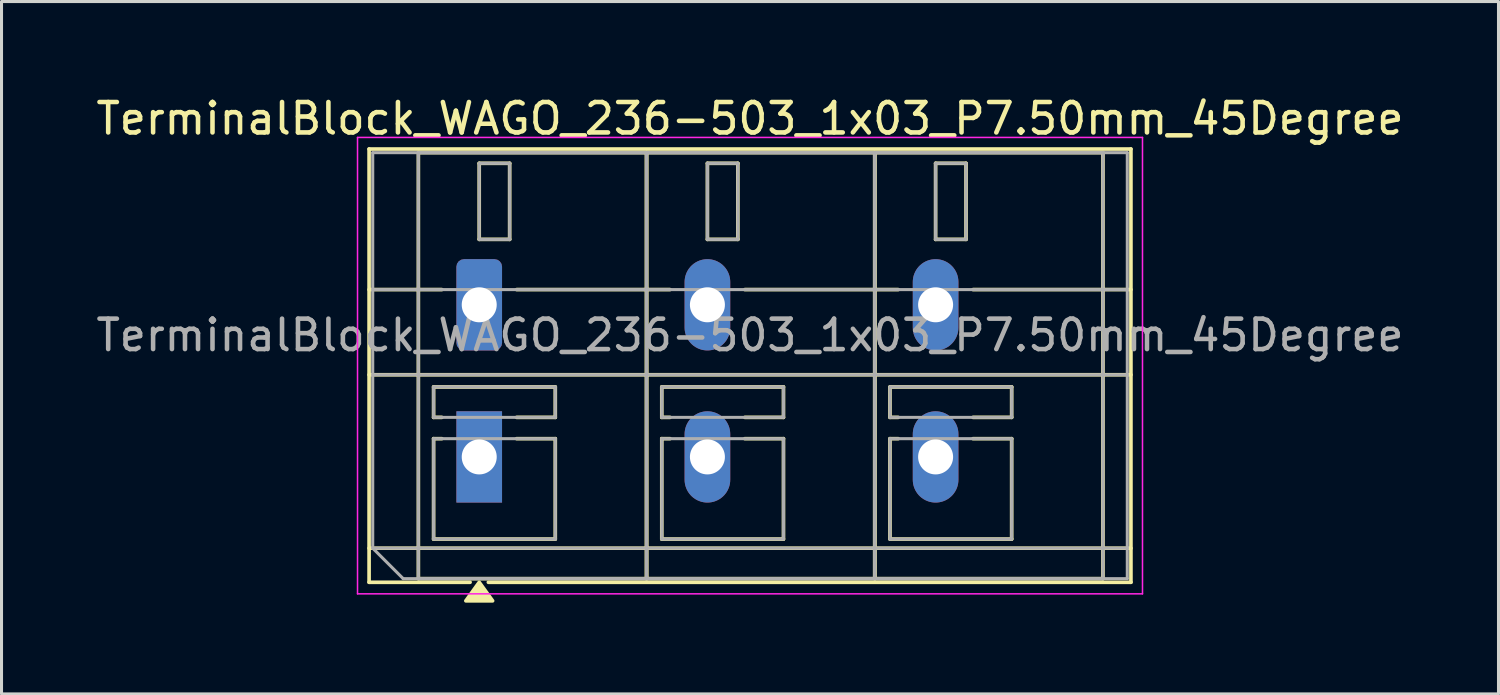
<source format=kicad_pcb>
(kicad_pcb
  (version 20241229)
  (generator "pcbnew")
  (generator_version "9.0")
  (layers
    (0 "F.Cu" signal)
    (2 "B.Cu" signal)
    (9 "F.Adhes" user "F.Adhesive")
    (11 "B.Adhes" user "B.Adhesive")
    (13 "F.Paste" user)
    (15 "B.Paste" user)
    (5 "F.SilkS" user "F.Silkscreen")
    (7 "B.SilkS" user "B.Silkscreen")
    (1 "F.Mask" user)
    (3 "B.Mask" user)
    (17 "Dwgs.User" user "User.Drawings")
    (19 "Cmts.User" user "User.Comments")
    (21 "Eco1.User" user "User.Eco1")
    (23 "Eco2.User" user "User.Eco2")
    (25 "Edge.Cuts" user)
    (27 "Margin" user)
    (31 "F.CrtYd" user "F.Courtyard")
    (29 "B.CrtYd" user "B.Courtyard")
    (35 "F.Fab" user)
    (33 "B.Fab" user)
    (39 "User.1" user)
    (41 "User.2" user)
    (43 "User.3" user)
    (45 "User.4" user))
  (footprint "TerminalBlock_WAGO_236-503_1x03_P7.50mm_45Degree"
    (layer "F.Cu")
    (at 12.701 6.968)
    (property "Reference" "TerminalBlock_WAGO_236-503_1x03_P7.50mm_45Degree" (at 8.9 -6.12 0) (layer "F.SilkS") (effects (font (size 1 1) (thickness 0.15))))
    (attr through_hole)
    (fp_line (start -3.62 -5.12) (end 21.42 -5.12) (stroke (width 0.12) (type solid)) (layer "F.SilkS"))
    (fp_line (start -3.62 -0.5) (end -1.23 -0.5) (stroke (width 0.12) (type solid)) (layer "F.SilkS"))
    (fp_line (start -3.62 2.3) (end 21.42 2.3) (stroke (width 0.12) (type solid)) (layer "F.SilkS"))
    (fp_line (start -3.62 8) (end 21.42 8) (stroke (width 0.12) (type solid)) (layer "F.SilkS"))
    (fp_line (start -3.62 9.12) (end -3.62 -5.12) (stroke (width 0.12) (type solid)) (layer "F.SilkS"))
    (fp_line (start -2 -5) (end 5.5 -5) (stroke (width 0.12) (type solid)) (layer "F.SilkS"))
    (fp_line (start -2 9) (end -2 -5) (stroke (width 0.12) (type solid)) (layer "F.SilkS"))
    (fp_line (start -1.5 2.7) (end 2.5 2.7) (stroke (width 0.12) (type solid)) (layer "F.SilkS"))
    (fp_line (start -1.5 3.7) (end -1.5 2.7) (stroke (width 0.12) (type solid)) (layer "F.SilkS"))
    (fp_line (start -1.5 4.4) (end -1.23 4.4) (stroke (width 0.12) (type solid)) (layer "F.SilkS"))
    (fp_line (start -1.5 7.7) (end -1.5 4.4) (stroke (width 0.12) (type solid)) (layer "F.SilkS"))
    (fp_line (start -1.23 3.7) (end -1.5 3.7) (stroke (width 0.12) (type solid)) (layer "F.SilkS"))
    (fp_line (start -0.3 9.12) (end -3.62 9.12) (stroke (width 0.12) (type solid)) (layer "F.SilkS"))
    (fp_line (start 0 -4.65) (end 1 -4.65) (stroke (width 0.12) (type solid)) (layer "F.SilkS"))
    (fp_line (start 0 -2.15) (end 0 -4.65) (stroke (width 0.12) (type solid)) (layer "F.SilkS"))
    (fp_line (start 1 -4.65) (end 1 -2.15) (stroke (width 0.12) (type solid)) (layer "F.SilkS"))
    (fp_line (start 1 -2.15) (end 0 -2.15) (stroke (width 0.12) (type solid)) (layer "F.SilkS"))
    (fp_line (start 1.23 -0.5) (end 6.27 -0.5) (stroke (width 0.12) (type solid)) (layer "F.SilkS"))
    (fp_line (start 1.23 4.4) (end 2.5 4.4) (stroke (width 0.12) (type solid)) (layer "F.SilkS"))
    (fp_line (start 2.5 2.7) (end 2.5 3.7) (stroke (width 0.12) (type solid)) (layer "F.SilkS"))
    (fp_line (start 2.5 3.7) (end 1.23 3.7) (stroke (width 0.12) (type solid)) (layer "F.SilkS"))
    (fp_line (start 2.5 4.4) (end 2.5 7.7) (stroke (width 0.12) (type solid)) (layer "F.SilkS"))
    (fp_line (start 2.5 7.7) (end -1.5 7.7) (stroke (width 0.12) (type solid)) (layer "F.SilkS"))
    (fp_line (start 5.5 -5) (end 5.5 9) (stroke (width 0.12) (type solid)) (layer "F.SilkS"))
    (fp_line (start 5.5 -5) (end 13 -5) (stroke (width 0.12) (type solid)) (layer "F.SilkS"))
    (fp_line (start 5.5 9) (end -2 9) (stroke (width 0.12) (type solid)) (layer "F.SilkS"))
    (fp_line (start 5.5 9) (end 5.5 -5) (stroke (width 0.12) (type solid)) (layer "F.SilkS"))
    (fp_line (start 6 2.7) (end 10 2.7) (stroke (width 0.12) (type solid)) (layer "F.SilkS"))
    (fp_line (start 6 3.7) (end 6 2.7) (stroke (width 0.12) (type solid)) (layer "F.SilkS"))
    (fp_line (start 6 4.4) (end 6.27 4.4) (stroke (width 0.12) (type solid)) (layer "F.SilkS"))
    (fp_line (start 6 7.7) (end 6 4.4) (stroke (width 0.12) (type solid)) (layer "F.SilkS"))
    (fp_line (start 6.27 3.7) (end 6 3.7) (stroke (width 0.12) (type solid)) (layer "F.SilkS"))
    (fp_line (start 7.5 -4.65) (end 8.5 -4.65) (stroke (width 0.12) (type solid)) (layer "F.SilkS"))
    (fp_line (start 7.5 -2.15) (end 7.5 -4.65) (stroke (width 0.12) (type solid)) (layer "F.SilkS"))
    (fp_line (start 8.5 -4.65) (end 8.5 -2.15) (stroke (width 0.12) (type solid)) (layer "F.SilkS"))
    (fp_line (start 8.5 -2.15) (end 7.5 -2.15) (stroke (width 0.12) (type solid)) (layer "F.SilkS"))
    (fp_line (start 8.73 -0.5) (end 13.77 -0.5) (stroke (width 0.12) (type solid)) (layer "F.SilkS"))
    (fp_line (start 8.73 4.4) (end 10 4.4) (stroke (width 0.12) (type solid)) (layer "F.SilkS"))
    (fp_line (start 10 2.7) (end 10 3.7) (stroke (width 0.12) (type solid)) (layer "F.SilkS"))
    (fp_line (start 10 3.7) (end 8.73 3.7) (stroke (width 0.12) (type solid)) (layer "F.SilkS"))
    (fp_line (start 10 4.4) (end 10 7.7) (stroke (width 0.12) (type solid)) (layer "F.SilkS"))
    (fp_line (start 10 7.7) (end 6 7.7) (stroke (width 0.12) (type solid)) (layer "F.SilkS"))
    (fp_line (start 13 -5) (end 13 9) (stroke (width 0.12) (type solid)) (layer "F.SilkS"))
    (fp_line (start 13 -5) (end 20.5 -5) (stroke (width 0.12) (type solid)) (layer "F.SilkS"))
    (fp_line (start 13 9) (end 5.5 9) (stroke (width 0.12) (type solid)) (layer "F.SilkS"))
    (fp_line (start 13 9) (end 13 -5) (stroke (width 0.12) (type solid)) (layer "F.SilkS"))
    (fp_line (start 13.5 2.7) (end 17.5 2.7) (stroke (width 0.12) (type solid)) (layer "F.SilkS"))
    (fp_line (start 13.5 3.7) (end 13.5 2.7) (stroke (width 0.12) (type solid)) (layer "F.SilkS"))
    (fp_line (start 13.5 4.4) (end 13.77 4.4) (stroke (width 0.12) (type solid)) (layer "F.SilkS"))
    (fp_line (start 13.5 7.7) (end 13.5 4.4) (stroke (width 0.12) (type solid)) (layer "F.SilkS"))
    (fp_line (start 13.77 3.7) (end 13.5 3.7) (stroke (width 0.12) (type solid)) (layer "F.SilkS"))
    (fp_line (start 15 -4.65) (end 16 -4.65) (stroke (width 0.12) (type solid)) (layer "F.SilkS"))
    (fp_line (start 15 -2.15) (end 15 -4.65) (stroke (width 0.12) (type solid)) (layer "F.SilkS"))
    (fp_line (start 16 -4.65) (end 16 -2.15) (stroke (width 0.12) (type solid)) (layer "F.SilkS"))
    (fp_line (start 16 -2.15) (end 15 -2.15) (stroke (width 0.12) (type solid)) (layer "F.SilkS"))
    (fp_line (start 16.23 -0.5) (end 21.42 -0.5) (stroke (width 0.12) (type solid)) (layer "F.SilkS"))
    (fp_line (start 16.23 4.4) (end 17.5 4.4) (stroke (width 0.12) (type solid)) (layer "F.SilkS"))
    (fp_line (start 17.5 2.7) (end 17.5 3.7) (stroke (width 0.12) (type solid)) (layer "F.SilkS"))
    (fp_line (start 17.5 3.7) (end 16.23 3.7) (stroke (width 0.12) (type solid)) (layer "F.SilkS"))
    (fp_line (start 17.5 4.4) (end 17.5 7.7) (stroke (width 0.12) (type solid)) (layer "F.SilkS"))
    (fp_line (start 17.5 7.7) (end 13.5 7.7) (stroke (width 0.12) (type solid)) (layer "F.SilkS"))
    (fp_line (start 20.5 -5) (end 20.5 9) (stroke (width 0.12) (type solid)) (layer "F.SilkS"))
    (fp_line (start 20.5 9) (end 13 9) (stroke (width 0.12) (type solid)) (layer "F.SilkS"))
    (fp_line (start 21.42 -5.12) (end 21.42 9.12) (stroke (width 0.12) (type solid)) (layer "F.SilkS"))
    (fp_line (start 21.42 9.12) (end 0.3 9.12) (stroke (width 0.12) (type solid)) (layer "F.SilkS"))
    (fp_poly (pts (xy 0 9.12) (xy 0.44 9.73) (xy -0.44 9.73)) (stroke (width 0.12) (type solid)) (fill yes) (layer "F.SilkS"))
    (fp_line (start -4 -5.5) (end -4 9.5) (stroke (width 0.05) (type solid)) (layer "F.CrtYd"))
    (fp_line (start -4 9.5) (end 21.8 9.5) (stroke (width 0.05) (type solid)) (layer "F.CrtYd"))
    (fp_line (start 21.8 -5.5) (end -4 -5.5) (stroke (width 0.05) (type solid)) (layer "F.CrtYd"))
    (fp_line (start 21.8 9.5) (end 21.8 -5.5) (stroke (width 0.05) (type solid)) (layer "F.CrtYd"))
    (fp_line (start -3.5 -5) (end 21.3 -5) (stroke (width 0.1) (type solid)) (layer "F.Fab"))
    (fp_line (start -3.5 -0.5) (end 21.3 -0.5) (stroke (width 0.1) (type solid)) (layer "F.Fab"))
    (fp_line (start -3.5 2.3) (end 21.3 2.3) (stroke (width 0.1) (type solid)) (layer "F.Fab"))
    (fp_line (start -3.5 8) (end -3.5 -5) (stroke (width 0.1) (type solid)) (layer "F.Fab"))
    (fp_line (start -3.5 8) (end 21.3 8) (stroke (width 0.1) (type solid)) (layer "F.Fab"))
    (fp_line (start -2.5 9) (end -3.5 8) (stroke (width 0.1) (type solid)) (layer "F.Fab"))
    (fp_line (start -2 -5) (end -2 9) (stroke (width 0.1) (type solid)) (layer "F.Fab"))
    (fp_line (start -2 9) (end 5.5 9) (stroke (width 0.1) (type solid)) (layer "F.Fab"))
    (fp_line (start -1.5 2.7) (end -1.5 3.7) (stroke (width 0.1) (type solid)) (layer "F.Fab"))
    (fp_line (start -1.5 3.7) (end 2.5 3.7) (stroke (width 0.1) (type solid)) (layer "F.Fab"))
    (fp_line (start -1.5 4.4) (end -1.5 7.7) (stroke (width 0.1) (type solid)) (layer "F.Fab"))
    (fp_line (start -1.5 7.7) (end 2.5 7.7) (stroke (width 0.1) (type solid)) (layer "F.Fab"))
    (fp_line (start 0 -4.65) (end 0 -2.15) (stroke (width 0.1) (type solid)) (layer "F.Fab"))
    (fp_line (start 0 -2.15) (end 1 -2.15) (stroke (width 0.1) (type solid)) (layer "F.Fab"))
    (fp_line (start 1 -4.65) (end 0 -4.65) (stroke (width 0.1) (type solid)) (layer "F.Fab"))
    (fp_line (start 1 -2.15) (end 1 -4.65) (stroke (width 0.1) (type solid)) (layer "F.Fab"))
    (fp_line (start 2.5 2.7) (end -1.5 2.7) (stroke (width 0.1) (type solid)) (layer "F.Fab"))
    (fp_line (start 2.5 3.7) (end 2.5 2.7) (stroke (width 0.1) (type solid)) (layer "F.Fab"))
    (fp_line (start 2.5 4.4) (end -1.5 4.4) (stroke (width 0.1) (type solid)) (layer "F.Fab"))
    (fp_line (start 2.5 7.7) (end 2.5 4.4) (stroke (width 0.1) (type solid)) (layer "F.Fab"))
    (fp_line (start 5.5 -5) (end -2 -5) (stroke (width 0.1) (type solid)) (layer "F.Fab"))
    (fp_line (start 5.5 -5) (end 5.5 9) (stroke (width 0.1) (type solid)) (layer "F.Fab"))
    (fp_line (start 5.5 9) (end 5.5 -5) (stroke (width 0.1) (type solid)) (layer "F.Fab"))
    (fp_line (start 5.5 9) (end 13 9) (stroke (width 0.1) (type solid)) (layer "F.Fab"))
    (fp_line (start 6 2.7) (end 6 3.7) (stroke (width 0.1) (type solid)) (layer "F.Fab"))
    (fp_line (start 6 3.7) (end 10 3.7) (stroke (width 0.1) (type solid)) (layer "F.Fab"))
    (fp_line (start 6 4.4) (end 6 7.7) (stroke (width 0.1) (type solid)) (layer "F.Fab"))
    (fp_line (start 6 7.7) (end 10 7.7) (stroke (width 0.1) (type solid)) (layer "F.Fab"))
    (fp_line (start 7.5 -4.65) (end 7.5 -2.15) (stroke (width 0.1) (type solid)) (layer "F.Fab"))
    (fp_line (start 7.5 -2.15) (end 8.5 -2.15) (stroke (width 0.1) (type solid)) (layer "F.Fab"))
    (fp_line (start 8.5 -4.65) (end 7.5 -4.65) (stroke (width 0.1) (type solid)) (layer "F.Fab"))
    (fp_line (start 8.5 -2.15) (end 8.5 -4.65) (stroke (width 0.1) (type solid)) (layer "F.Fab"))
    (fp_line (start 10 2.7) (end 6 2.7) (stroke (width 0.1) (type solid)) (layer "F.Fab"))
    (fp_line (start 10 3.7) (end 10 2.7) (stroke (width 0.1) (type solid)) (layer "F.Fab"))
    (fp_line (start 10 4.4) (end 6 4.4) (stroke (width 0.1) (type solid)) (layer "F.Fab"))
    (fp_line (start 10 7.7) (end 10 4.4) (stroke (width 0.1) (type solid)) (layer "F.Fab"))
    (fp_line (start 13 -5) (end 5.5 -5) (stroke (width 0.1) (type solid)) (layer "F.Fab"))
    (fp_line (start 13 -5) (end 13 9) (stroke (width 0.1) (type solid)) (layer "F.Fab"))
    (fp_line (start 13 9) (end 13 -5) (stroke (width 0.1) (type solid)) (layer "F.Fab"))
    (fp_line (start 13 9) (end 20.5 9) (stroke (width 0.1) (type solid)) (layer "F.Fab"))
    (fp_line (start 13.5 2.7) (end 13.5 3.7) (stroke (width 0.1) (type solid)) (layer "F.Fab"))
    (fp_line (start 13.5 3.7) (end 17.5 3.7) (stroke (width 0.1) (type solid)) (layer "F.Fab"))
    (fp_line (start 13.5 4.4) (end 13.5 7.7) (stroke (width 0.1) (type solid)) (layer "F.Fab"))
    (fp_line (start 13.5 7.7) (end 17.5 7.7) (stroke (width 0.1) (type solid)) (layer "F.Fab"))
    (fp_line (start 15 -4.65) (end 15 -2.15) (stroke (width 0.1) (type solid)) (layer "F.Fab"))
    (fp_line (start 15 -2.15) (end 16 -2.15) (stroke (width 0.1) (type solid)) (layer "F.Fab"))
    (fp_line (start 16 -4.65) (end 15 -4.65) (stroke (width 0.1) (type solid)) (layer "F.Fab"))
    (fp_line (start 16 -2.15) (end 16 -4.65) (stroke (width 0.1) (type solid)) (layer "F.Fab"))
    (fp_line (start 17.5 2.7) (end 13.5 2.7) (stroke (width 0.1) (type solid)) (layer "F.Fab"))
    (fp_line (start 17.5 3.7) (end 17.5 2.7) (stroke (width 0.1) (type solid)) (layer "F.Fab"))
    (fp_line (start 17.5 4.4) (end 13.5 4.4) (stroke (width 0.1) (type solid)) (layer "F.Fab"))
    (fp_line (start 17.5 7.7) (end 17.5 4.4) (stroke (width 0.1) (type solid)) (layer "F.Fab"))
    (fp_line (start 20.5 -5) (end 13 -5) (stroke (width 0.1) (type solid)) (layer "F.Fab"))
    (fp_line (start 20.5 9) (end 20.5 -5) (stroke (width 0.1) (type solid)) (layer "F.Fab"))
    (fp_line (start 21.3 -5) (end 21.3 9) (stroke (width 0.1) (type solid)) (layer "F.Fab"))
    (fp_line (start 21.3 9) (end -2.5 9) (stroke (width 0.1) (type solid)) (layer "F.Fab"))
    (fp_text user "${REFERENCE}" (at 8.9 1 0) (layer "F.Fab") (effects (font (size 1 1) (thickness 0.15))))
    (pad "1" thru_hole roundrect (at 0 0) (size 1.5 3) (drill 1.15) (layers "*.Cu" "*.Mask") (roundrect_rratio 0.167))
    (pad "1" thru_hole rect (at 0 5) (size 1.5 3) (drill 1.15) (layers "*.Cu" "*.Mask"))
    (pad "2" thru_hole oval (at 7.5 0) (size 1.5 3) (drill 1.15) (layers "*.Cu" "*.Mask"))
    (pad "2" thru_hole oval (at 7.5 5) (size 1.5 3) (drill 1.15) (layers "*.Cu" "*.Mask"))
    (pad "3" thru_hole oval (at 15 0) (size 1.5 3) (drill 1.15) (layers "*.Cu" "*.Mask"))
    (pad "3" thru_hole oval (at 15 5) (size 1.5 3) (drill 1.15) (layers "*.Cu" "*.Mask")))
  (gr_rect
    (start -3 -3)
    (end 46.202 19.758)
    (stroke (width 0.1) (type default))
    (fill no)
    (layer "Edge.Cuts")))
</source>
